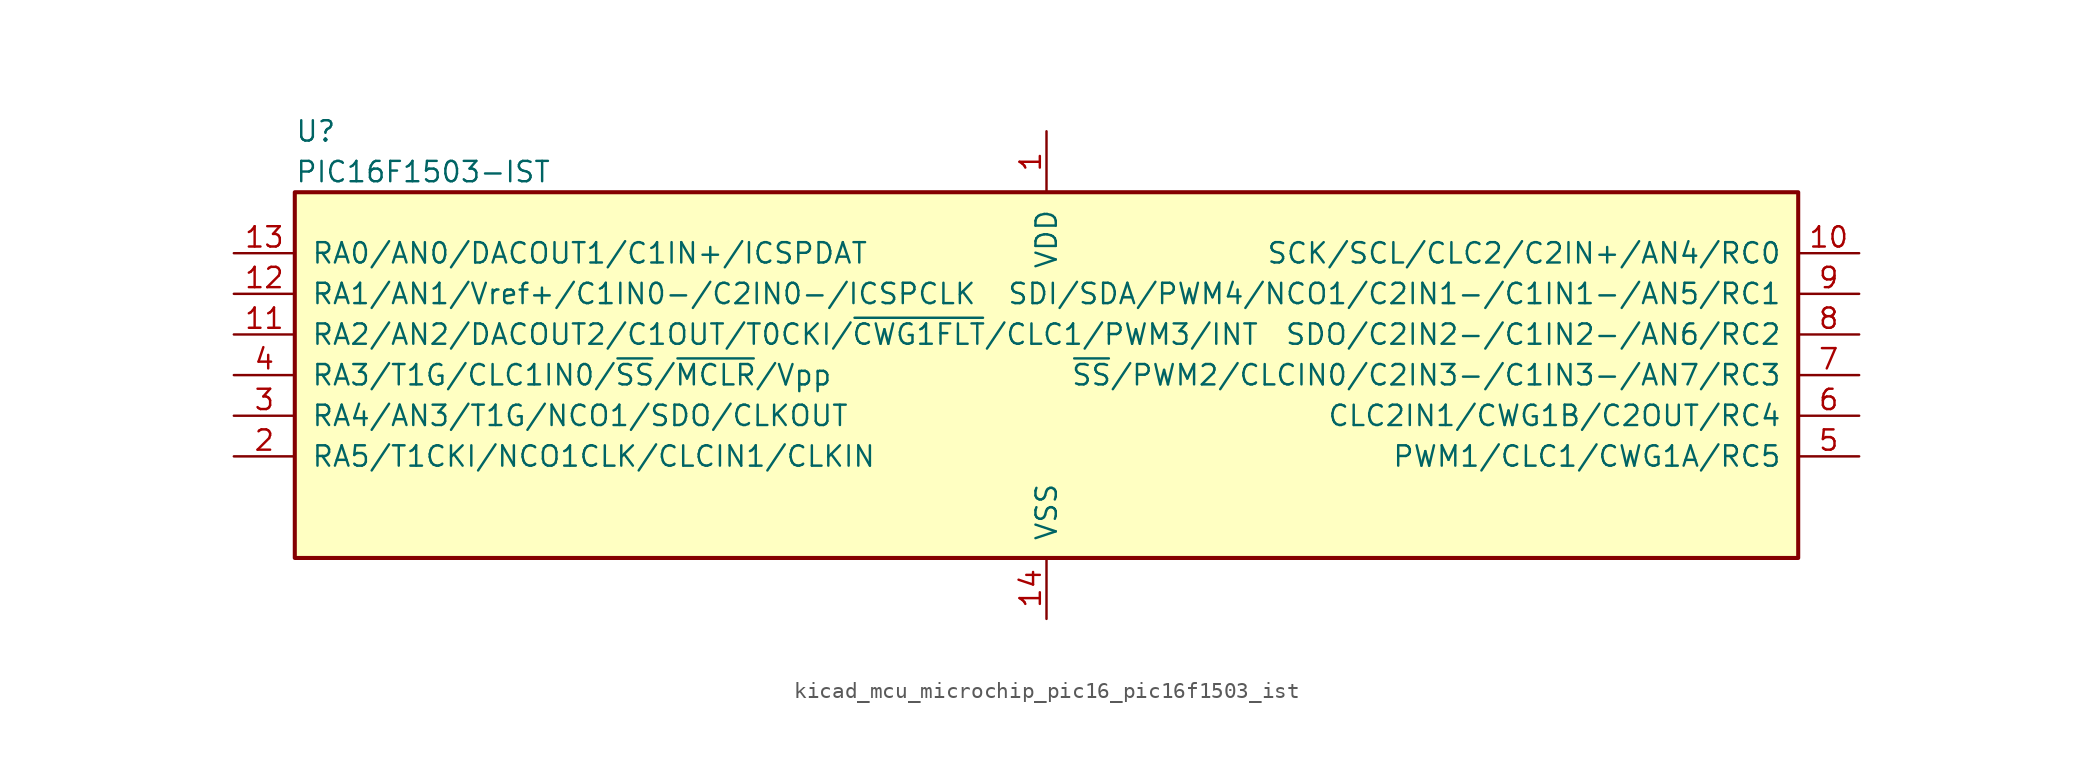
<source format=kicad_sym>
(kicad_symbol_lib
  (version 20220914)
  (generator kicad_symbol_editor)
  (symbol "kicad_mcu_microchip_pic16_pic16f1503_ist"
    (pin_names
      (offset 1.016))
    (property "Reference" "U"
      (at -46.99 15.24 0)
      (effects (font (size 1.27 1.27)) (justify left)))
    (property "Value" "PIC16F1503-IST"
      (at -46.99 12.7 0)
      (effects (font (size 1.27 1.27)) (justify left)))
    (symbol "kicad_mcu_microchip_pic16_pic16f1503_ist_0_1"
      (rectangle (start -46.99 11.43) (end 46.99 -11.43) (stroke (width 0.254) (type default)) (fill (type background))))
    (symbol "kicad_mcu_microchip_pic16_pic16f1503_ist_1_1"
      (pin power_in line (at 0 15.24 270) (length 3.81) (name "VDD" (effects (font (size 1.27 1.27)))) (number "1" (effects (font (size 1.27 1.27)))))
      (pin bidirectional line (at 50.8 7.62 180) (length 3.81) (name "SCK/SCL/CLC2/C2IN+/AN4/RC0" (effects (font (size 1.27 1.27)))) (number "10" (effects (font (size 1.27 1.27)))))
      (pin bidirectional line (at -50.8 2.54 0) (length 3.81) (name "RA2/AN2/DACOUT2/C1OUT/T0CKI/~{CWG1FLT}/CLC1/PWM3/INT" (effects (font (size 1.27 1.27)))) (number "11" (effects (font (size 1.27 1.27)))))
      (pin bidirectional line (at -50.8 5.08 0) (length 3.81) (name "RA1/AN1/Vref+/C1IN0-/C2IN0-/ICSPCLK" (effects (font (size 1.27 1.27)))) (number "12" (effects (font (size 1.27 1.27)))))
      (pin bidirectional line (at -50.8 7.62 0) (length 3.81) (name "RA0/AN0/DACOUT1/C1IN+/ICSPDAT" (effects (font (size 1.27 1.27)))) (number "13" (effects (font (size 1.27 1.27)))))
      (pin power_in line (at 0 -15.24 90) (length 3.81) (name "VSS" (effects (font (size 1.27 1.27)))) (number "14" (effects (font (size 1.27 1.27)))))
      (pin bidirectional line (at -50.8 -5.08 0) (length 3.81) (name "RA5/T1CKI/NCO1CLK/CLCIN1/CLKIN" (effects (font (size 1.27 1.27)))) (number "2" (effects (font (size 1.27 1.27)))))
      (pin bidirectional line (at -50.8 -2.54 0) (length 3.81) (name "RA4/AN3/T1G/NCO1/SDO/CLKOUT" (effects (font (size 1.27 1.27)))) (number "3" (effects (font (size 1.27 1.27)))))
      (pin input line (at -50.8 0 0) (length 3.81) (name "RA3/T1G/CLC1IN0/~{SS}/~{MCLR}/Vpp" (effects (font (size 1.27 1.27)))) (number "4" (effects (font (size 1.27 1.27)))))
      (pin bidirectional line (at 50.8 -5.08 180) (length 3.81) (name "PWM1/CLC1/CWG1A/RC5" (effects (font (size 1.27 1.27)))) (number "5" (effects (font (size 1.27 1.27)))))
      (pin bidirectional line (at 50.8 -2.54 180) (length 3.81) (name "CLC2IN1/CWG1B/C2OUT/RC4" (effects (font (size 1.27 1.27)))) (number "6" (effects (font (size 1.27 1.27)))))
      (pin bidirectional line (at 50.8 0 180) (length 3.81) (name "~{SS}/PWM2/CLCIN0/C2IN3-/C1IN3-/AN7/RC3" (effects (font (size 1.27 1.27)))) (number "7" (effects (font (size 1.27 1.27)))))
      (pin bidirectional line (at 50.8 2.54 180) (length 3.81) (name "SDO/C2IN2-/C1IN2-/AN6/RC2" (effects (font (size 1.27 1.27)))) (number "8" (effects (font (size 1.27 1.27)))))
      (pin bidirectional line (at 50.8 5.08 180) (length 3.81) (name "SDI/SDA/PWM4/NCO1/C2IN1-/C1IN1-/AN5/RC1" (effects (font (size 1.27 1.27)))) (number "9" (effects (font (size 1.27 1.27))))))))
</source>
